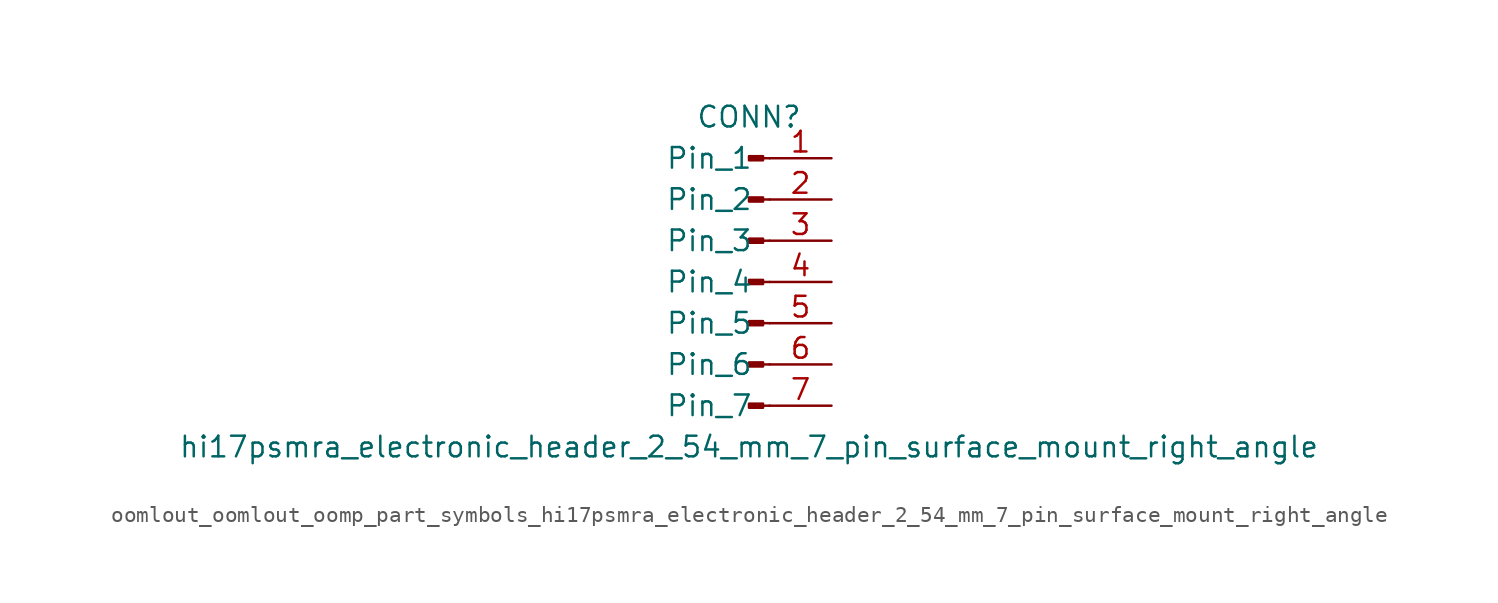
<source format=kicad_sym>
(kicad_symbol_lib
  (version 20220914)
  (generator kicad_symbol_editor)
  (symbol "oomlout_oomlout_oomp_part_symbols_hi17psmra_electronic_header_2_54_mm_7_pin_surface_mount_right_angle"
    (pin_names
      (offset 1.016))
    (property "Reference" "CONN"
      (at 0 10.16 0)
      (effects (font (size 1.27 1.27))))
    (property "Value" "hi17psmra_electronic_header_2_54_mm_7_pin_surface_mount_right_angle"
      (at 0 -10.16 0)
      (effects (font (size 1.27 1.27))))
    (property "ki_locked" ""
      (at 0 0 0)
      (effects (font (size 1.27 1.27))))
    (symbol "oomlout_oomlout_oomp_part_symbols_hi17psmra_electronic_header_2_54_mm_7_pin_surface_mount_right_angle_1_1"
      (polyline (pts (xy 1.27 -7.62) (xy 0.864 -7.62)) (stroke (width 0.152) (type default)) (fill (type none)))
      (polyline (pts (xy 1.27 -5.08) (xy 0.864 -5.08)) (stroke (width 0.152) (type default)) (fill (type none)))
      (polyline (pts (xy 1.27 -2.54) (xy 0.864 -2.54)) (stroke (width 0.152) (type default)) (fill (type none)))
      (polyline (pts (xy 1.27 0) (xy 0.864 0)) (stroke (width 0.152) (type default)) (fill (type none)))
      (polyline (pts (xy 1.27 2.54) (xy 0.864 2.54)) (stroke (width 0.152) (type default)) (fill (type none)))
      (polyline (pts (xy 1.27 5.08) (xy 0.864 5.08)) (stroke (width 0.152) (type default)) (fill (type none)))
      (polyline (pts (xy 1.27 7.62) (xy 0.864 7.62)) (stroke (width 0.152) (type default)) (fill (type none)))
      (rectangle (start 0.864 -7.493) (end 0 -7.747) (stroke (width 0.152) (type default)) (fill (type outline)))
      (rectangle (start 0.864 -4.953) (end 0 -5.207) (stroke (width 0.152) (type default)) (fill (type outline)))
      (rectangle (start 0.864 -2.413) (end 0 -2.667) (stroke (width 0.152) (type default)) (fill (type outline)))
      (rectangle (start 0.864 0.127) (end 0 -0.127) (stroke (width 0.152) (type default)) (fill (type outline)))
      (rectangle (start 0.864 2.667) (end 0 2.413) (stroke (width 0.152) (type default)) (fill (type outline)))
      (rectangle (start 0.864 5.207) (end 0 4.953) (stroke (width 0.152) (type default)) (fill (type outline)))
      (rectangle (start 0.864 7.747) (end 0 7.493) (stroke (width 0.152) (type default)) (fill (type outline)))
      (pin passive line (at 5.08 7.62 180) (length 3.81) (name "Pin_1" (effects (font (size 1.27 1.27)))) (number "1" (effects (font (size 1.27 1.27)))))
      (pin passive line (at 5.08 5.08 180) (length 3.81) (name "Pin_2" (effects (font (size 1.27 1.27)))) (number "2" (effects (font (size 1.27 1.27)))))
      (pin passive line (at 5.08 2.54 180) (length 3.81) (name "Pin_3" (effects (font (size 1.27 1.27)))) (number "3" (effects (font (size 1.27 1.27)))))
      (pin passive line (at 5.08 0 180) (length 3.81) (name "Pin_4" (effects (font (size 1.27 1.27)))) (number "4" (effects (font (size 1.27 1.27)))))
      (pin passive line (at 5.08 -2.54 180) (length 3.81) (name "Pin_5" (effects (font (size 1.27 1.27)))) (number "5" (effects (font (size 1.27 1.27)))))
      (pin passive line (at 5.08 -5.08 180) (length 3.81) (name "Pin_6" (effects (font (size 1.27 1.27)))) (number "6" (effects (font (size 1.27 1.27)))))
      (pin passive line (at 5.08 -7.62 180) (length 3.81) (name "Pin_7" (effects (font (size 1.27 1.27)))) (number "7" (effects (font (size 1.27 1.27))))))))
</source>
